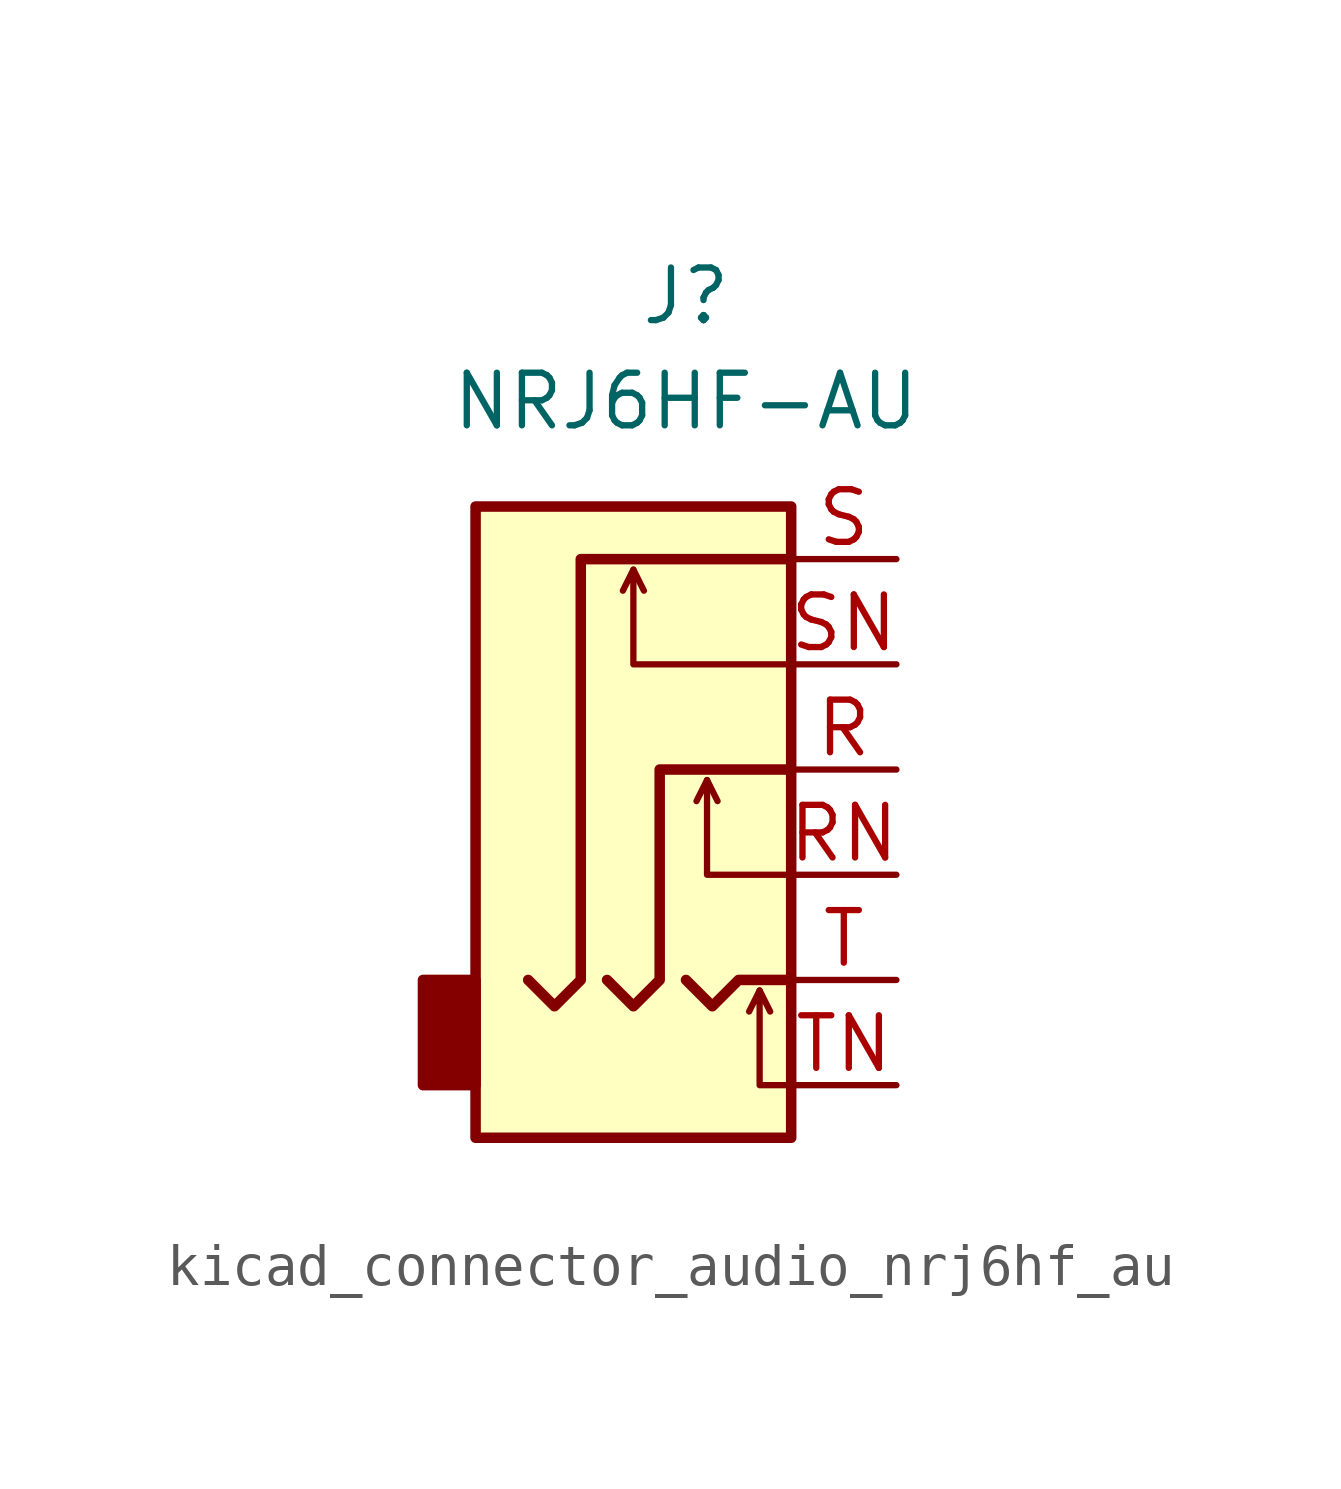
<source format=kicad_sym>
(kicad_symbol_lib
  (version 20220914)
  (generator kicad_symbol_editor)
  (symbol "kicad_connector_audio_nrj6hf_au"
    (property "Reference" "J"
      (at 0 11.43 0)
      (effects (font (size 1.27 1.27))))
    (property "Value" "NRJ6HF-AU"
      (at 0 8.89 0)
      (effects (font (size 1.27 1.27))))
    (symbol "kicad_connector_audio_nrj6hf_au_0_1"
      (rectangle (start -5.08 -5.08) (end -6.35 -7.62) (stroke (width 0.254) (type default)) (fill (type outline)))
      (polyline (pts (xy -1.27 4.826) (xy -1.016 4.318)) (stroke (width 0) (type default)) (fill (type none)))
      (polyline (pts (xy 0.508 -0.254) (xy 0.762 -0.762)) (stroke (width 0) (type default)) (fill (type none)))
      (polyline (pts (xy 1.778 -5.334) (xy 2.032 -5.842)) (stroke (width 0) (type default)) (fill (type none)))
      (polyline (pts (xy 0 -5.08) (xy 0.635 -5.715) (xy 1.27 -5.08) (xy 2.54 -5.08)) (stroke (width 0.254) (type default)) (fill (type none)))
      (polyline (pts (xy 2.54 -7.62) (xy 1.778 -7.62) (xy 1.778 -5.334) (xy 1.524 -5.842)) (stroke (width 0) (type default)) (fill (type none)))
      (polyline (pts (xy 2.54 -2.54) (xy 0.508 -2.54) (xy 0.508 -0.254) (xy 0.254 -0.762)) (stroke (width 0) (type default)) (fill (type none)))
      (polyline (pts (xy 2.54 2.54) (xy -1.27 2.54) (xy -1.27 4.826) (xy -1.524 4.318)) (stroke (width 0) (type default)) (fill (type none)))
      (polyline (pts (xy -1.905 -5.08) (xy -1.27 -5.715) (xy -0.635 -5.08) (xy -0.635 0) (xy 2.54 0)) (stroke (width 0.254) (type default)) (fill (type none)))
      (polyline (pts (xy 2.54 5.08) (xy -2.54 5.08) (xy -2.54 -5.08) (xy -3.175 -5.715) (xy -3.81 -5.08)) (stroke (width 0.254) (type default)) (fill (type none)))
      (rectangle (start 2.54 6.35) (end -5.08 -8.89) (stroke (width 0.254) (type default)) (fill (type background))))
    (symbol "kicad_connector_audio_nrj6hf_au_1_1"
      (pin passive line (at 5.08 0 180) (length 2.54) (name "~" (effects (font (size 1.27 1.27)))) (number "R" (effects (font (size 1.27 1.27)))))
      (pin passive line (at 5.08 -2.54 180) (length 2.54) (name "~" (effects (font (size 1.27 1.27)))) (number "RN" (effects (font (size 1.27 1.27)))))
      (pin passive line (at 5.08 5.08 180) (length 2.54) (name "~" (effects (font (size 1.27 1.27)))) (number "S" (effects (font (size 1.27 1.27)))))
      (pin passive line (at 5.08 2.54 180) (length 2.54) (name "~" (effects (font (size 1.27 1.27)))) (number "SN" (effects (font (size 1.27 1.27)))))
      (pin passive line (at 5.08 -5.08 180) (length 2.54) (name "~" (effects (font (size 1.27 1.27)))) (number "T" (effects (font (size 1.27 1.27)))))
      (pin passive line (at 5.08 -7.62 180) (length 2.54) (name "~" (effects (font (size 1.27 1.27)))) (number "TN" (effects (font (size 1.27 1.27))))))))
</source>
